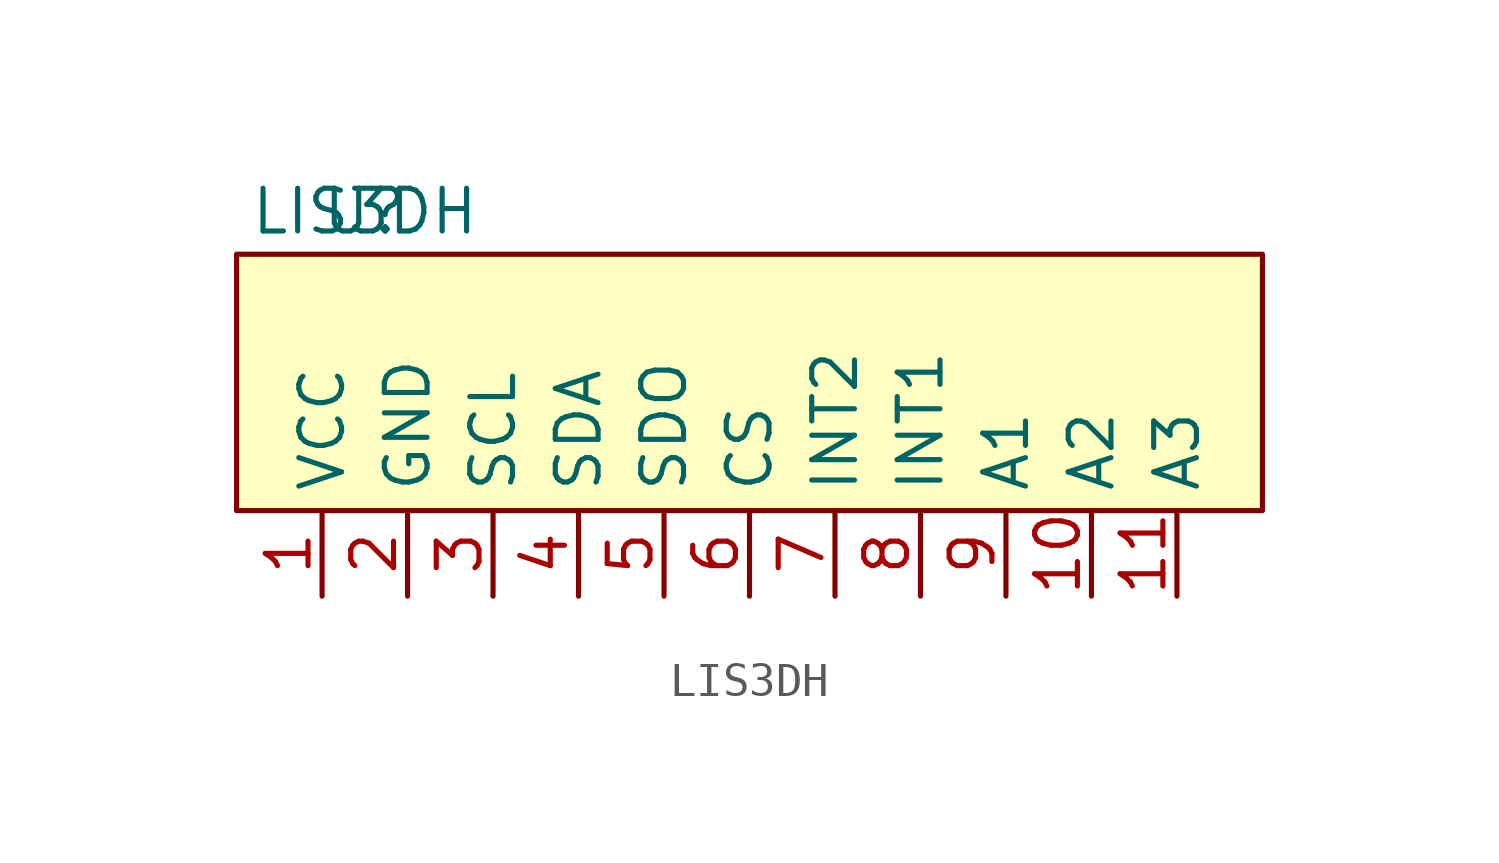
<source format=kicad_sym>
(kicad_symbol_lib
  (version 20211014)
  (generator kicad_symbol_editor)
  (symbol "LIS3DH"
    (property "Reference" "U"
      (at 0 0 0)
      (effects (font (size 1.27 1.27))))
    (property "Value" "LIS3DH"
      (at 0 0 0)
      (effects (font (size 1.27 1.27))))
    (symbol "LIS3DH_0_1"
      (rectangle (start -3.81 -1.27) (end 26.67 -8.89) (stroke (width 0) (type default) (color 0 0 0 0)) (fill (type background))))
    (symbol "LIS3DH_1_1"
      (pin power_in line (at -1.27 -11.43 90) (length 2.54) (name "VCC" (effects (font (size 1.27 1.27)))) (number "1" (effects (font (size 1.27 1.27)))))
      (pin bidirectional line (at 21.59 -11.43 90) (length 2.54) (name "A2" (effects (font (size 1.27 1.27)))) (number "10" (effects (font (size 1.27 1.27)))))
      (pin bidirectional line (at 24.13 -11.43 90) (length 2.54) (name "A3" (effects (font (size 1.27 1.27)))) (number "11" (effects (font (size 1.27 1.27)))))
      (pin power_in line (at 1.27 -11.43 90) (length 2.54) (name "GND" (effects (font (size 1.27 1.27)))) (number "2" (effects (font (size 1.27 1.27)))))
      (pin bidirectional line (at 3.81 -11.43 90) (length 2.54) (name "SCL" (effects (font (size 1.27 1.27)))) (number "3" (effects (font (size 1.27 1.27)))))
      (pin bidirectional line (at 6.35 -11.43 90) (length 2.54) (name "SDA" (effects (font (size 1.27 1.27)))) (number "4" (effects (font (size 1.27 1.27)))))
      (pin output line (at 8.89 -11.43 90) (length 2.54) (name "SDO" (effects (font (size 1.27 1.27)))) (number "5" (effects (font (size 1.27 1.27)))))
      (pin input line (at 11.43 -11.43 90) (length 2.54) (name "CS" (effects (font (size 1.27 1.27)))) (number "6" (effects (font (size 1.27 1.27)))))
      (pin input line (at 13.97 -11.43 90) (length 2.54) (name "INT2" (effects (font (size 1.27 1.27)))) (number "7" (effects (font (size 1.27 1.27)))))
      (pin input line (at 16.51 -11.43 90) (length 2.54) (name "INT1" (effects (font (size 1.27 1.27)))) (number "8" (effects (font (size 1.27 1.27)))))
      (pin bidirectional line (at 19.05 -11.43 90) (length 2.54) (name "A1" (effects (font (size 1.27 1.27)))) (number "9" (effects (font (size 1.27 1.27))))))))
</source>
